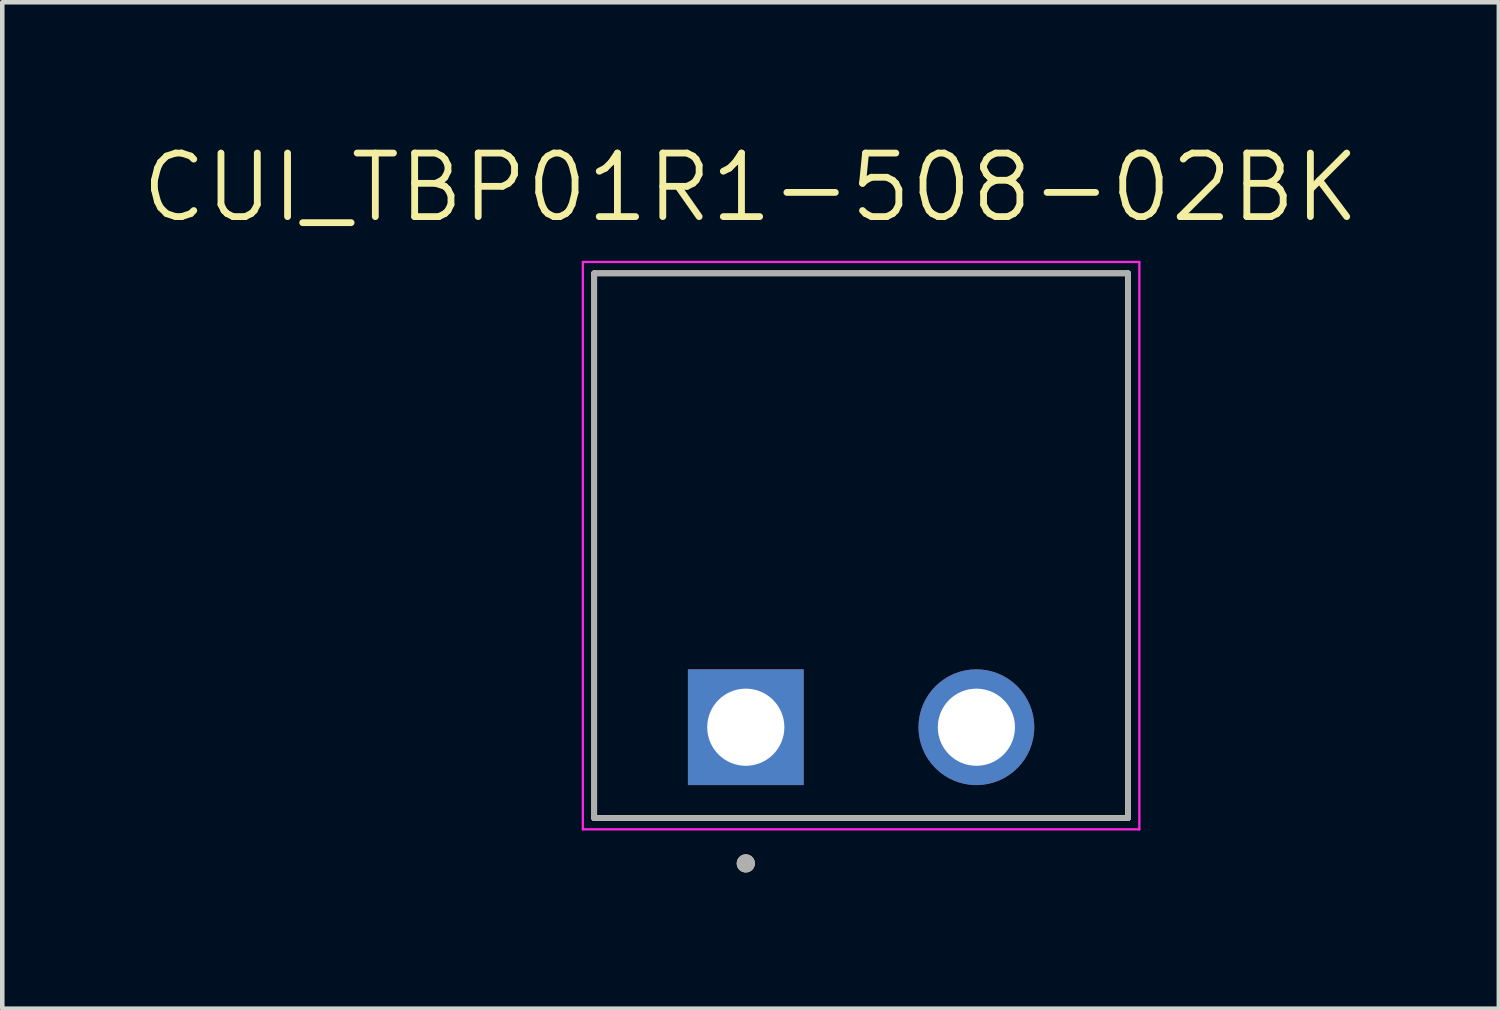
<source format=kicad_pcb>
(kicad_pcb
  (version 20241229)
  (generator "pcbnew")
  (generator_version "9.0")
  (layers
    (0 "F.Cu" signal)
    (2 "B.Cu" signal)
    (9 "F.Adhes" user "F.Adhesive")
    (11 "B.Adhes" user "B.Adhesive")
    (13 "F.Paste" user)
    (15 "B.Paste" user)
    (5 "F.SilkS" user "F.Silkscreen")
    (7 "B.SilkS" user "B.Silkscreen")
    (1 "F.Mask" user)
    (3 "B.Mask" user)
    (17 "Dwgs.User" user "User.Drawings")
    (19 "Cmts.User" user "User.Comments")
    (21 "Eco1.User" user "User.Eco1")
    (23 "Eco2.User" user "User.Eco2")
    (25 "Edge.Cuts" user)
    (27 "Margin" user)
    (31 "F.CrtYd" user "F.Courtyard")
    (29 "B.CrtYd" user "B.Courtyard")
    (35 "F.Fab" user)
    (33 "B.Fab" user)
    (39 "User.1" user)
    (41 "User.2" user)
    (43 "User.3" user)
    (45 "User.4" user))
  (footprint "CUI_TBP01R1-508-02BK"
    (layer "F.Cu")
    (at 13.38 12.971)
    (property "Reference" "CUI_TBP01R1-508-02BK" (at 0.105 -11.889 0) (layer "F.SilkS") (effects (font (size 1.4 1.4) (thickness 0.15))))
    (attr through_hole)
    (fp_line (start -3.34 -10) (end 8.42 -10) (stroke (width 0.127) (type solid)) (layer "F.SilkS"))
    (fp_line (start -3.34 2) (end -3.34 -10) (stroke (width 0.127) (type solid)) (layer "F.SilkS"))
    (fp_line (start 8.42 -10) (end 8.42 2) (stroke (width 0.127) (type solid)) (layer "F.SilkS"))
    (fp_line (start 8.42 2) (end -3.34 2) (stroke (width 0.127) (type solid)) (layer "F.SilkS"))
    (fp_circle (center 0 3) (end 0.1 3) (stroke (width 0.2) (type solid)) (fill no) (layer "F.SilkS"))
    (fp_line (start -3.59 -10.25) (end 8.67 -10.25) (stroke (width 0.05) (type solid)) (layer "F.CrtYd"))
    (fp_line (start -3.59 2.25) (end -3.59 -10.25) (stroke (width 0.05) (type solid)) (layer "F.CrtYd"))
    (fp_line (start 8.67 -10.25) (end 8.67 2.25) (stroke (width 0.05) (type solid)) (layer "F.CrtYd"))
    (fp_line (start 8.67 2.25) (end -3.59 2.25) (stroke (width 0.05) (type solid)) (layer "F.CrtYd"))
    (fp_line (start -3.34 -10) (end 8.42 -10) (stroke (width 0.127) (type solid)) (layer "F.Fab"))
    (fp_line (start -3.34 2) (end -3.34 -10) (stroke (width 0.127) (type solid)) (layer "F.Fab"))
    (fp_line (start 8.42 -10) (end 8.42 2) (stroke (width 0.127) (type solid)) (layer "F.Fab"))
    (fp_line (start 8.42 2) (end -3.34 2) (stroke (width 0.127) (type solid)) (layer "F.Fab"))
    (fp_circle (center 0 3) (end 0.1 3) (stroke (width 0.2) (type solid)) (fill no) (layer "F.Fab"))
    (pad "1" thru_hole rect (at 0 0) (size 2.55 2.55) (drill 1.7) (layers "*.Cu" "*.Mask"))
    (pad "2" thru_hole circle (at 5.08 0) (size 2.55 2.55) (drill 1.7) (layers "*.Cu" "*.Mask")))
  (gr_rect
    (start -3 -3)
    (end 29.97 19.171)
    (stroke (width 0.1) (type default))
    (fill no)
    (layer "Edge.Cuts")))
</source>
